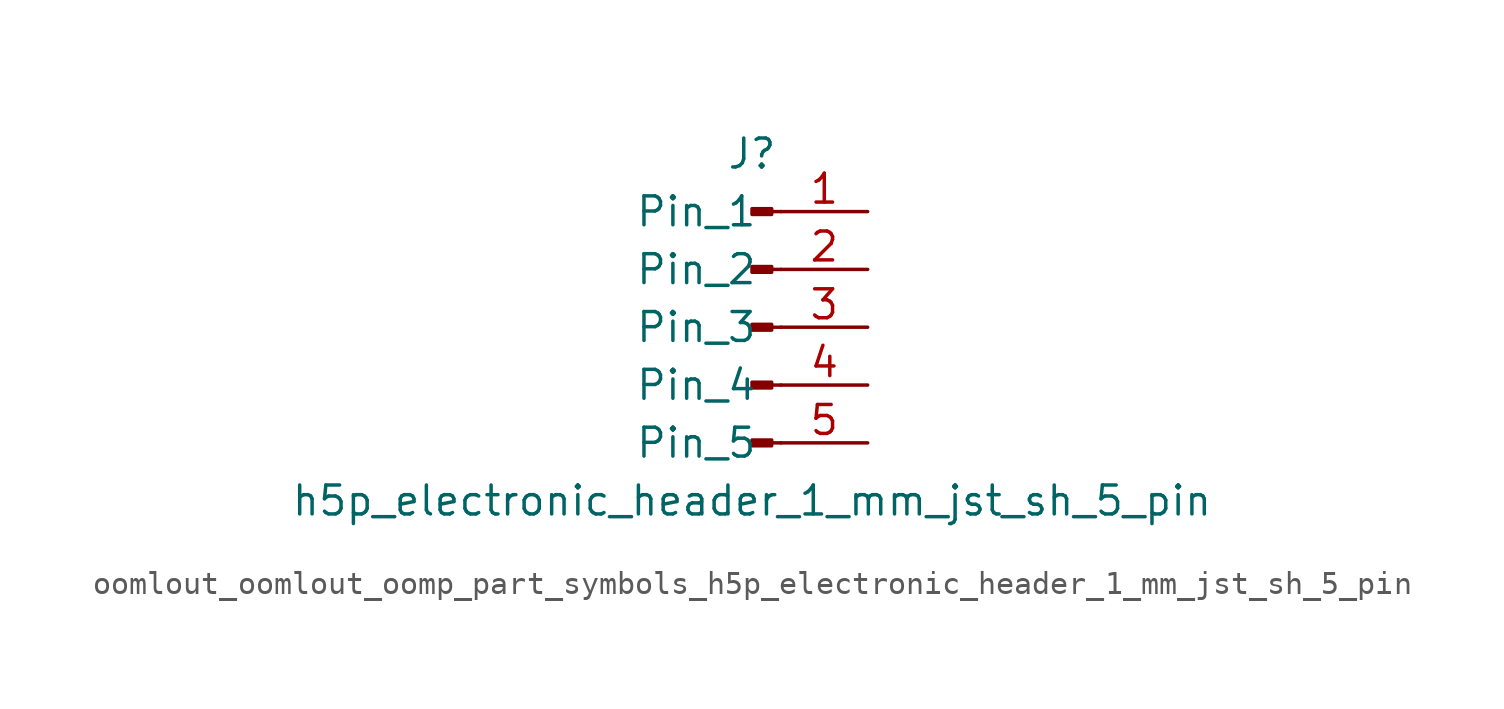
<source format=kicad_sym>
(kicad_symbol_lib
  (version 20220914)
  (generator kicad_symbol_editor)
  (symbol "oomlout_oomlout_oomp_part_symbols_h5p_electronic_header_1_mm_jst_sh_5_pin"
    (pin_names
      (offset 1.016))
    (property "Reference" "J"
      (at 0 7.62 0)
      (effects (font (size 1.27 1.27))))
    (property "Value" "h5p_electronic_header_1_mm_jst_sh_5_pin"
      (at 0 -7.62 0)
      (effects (font (size 1.27 1.27))))
    (property "ki_locked" ""
      (at 0 0 0)
      (effects (font (size 1.27 1.27))))
    (symbol "oomlout_oomlout_oomp_part_symbols_h5p_electronic_header_1_mm_jst_sh_5_pin_1_1"
      (polyline (pts (xy 1.27 -5.08) (xy 0.864 -5.08)) (stroke (width 0.152) (type default)) (fill (type none)))
      (polyline (pts (xy 1.27 -2.54) (xy 0.864 -2.54)) (stroke (width 0.152) (type default)) (fill (type none)))
      (polyline (pts (xy 1.27 0) (xy 0.864 0)) (stroke (width 0.152) (type default)) (fill (type none)))
      (polyline (pts (xy 1.27 2.54) (xy 0.864 2.54)) (stroke (width 0.152) (type default)) (fill (type none)))
      (polyline (pts (xy 1.27 5.08) (xy 0.864 5.08)) (stroke (width 0.152) (type default)) (fill (type none)))
      (rectangle (start 0.864 -4.953) (end 0 -5.207) (stroke (width 0.152) (type default)) (fill (type outline)))
      (rectangle (start 0.864 -2.413) (end 0 -2.667) (stroke (width 0.152) (type default)) (fill (type outline)))
      (rectangle (start 0.864 0.127) (end 0 -0.127) (stroke (width 0.152) (type default)) (fill (type outline)))
      (rectangle (start 0.864 2.667) (end 0 2.413) (stroke (width 0.152) (type default)) (fill (type outline)))
      (rectangle (start 0.864 5.207) (end 0 4.953) (stroke (width 0.152) (type default)) (fill (type outline)))
      (pin passive line (at 5.08 5.08 180) (length 3.81) (name "Pin_1" (effects (font (size 1.27 1.27)))) (number "1" (effects (font (size 1.27 1.27)))))
      (pin passive line (at 5.08 2.54 180) (length 3.81) (name "Pin_2" (effects (font (size 1.27 1.27)))) (number "2" (effects (font (size 1.27 1.27)))))
      (pin passive line (at 5.08 0 180) (length 3.81) (name "Pin_3" (effects (font (size 1.27 1.27)))) (number "3" (effects (font (size 1.27 1.27)))))
      (pin passive line (at 5.08 -2.54 180) (length 3.81) (name "Pin_4" (effects (font (size 1.27 1.27)))) (number "4" (effects (font (size 1.27 1.27)))))
      (pin passive line (at 5.08 -5.08 180) (length 3.81) (name "Pin_5" (effects (font (size 1.27 1.27)))) (number "5" (effects (font (size 1.27 1.27))))))))
</source>
